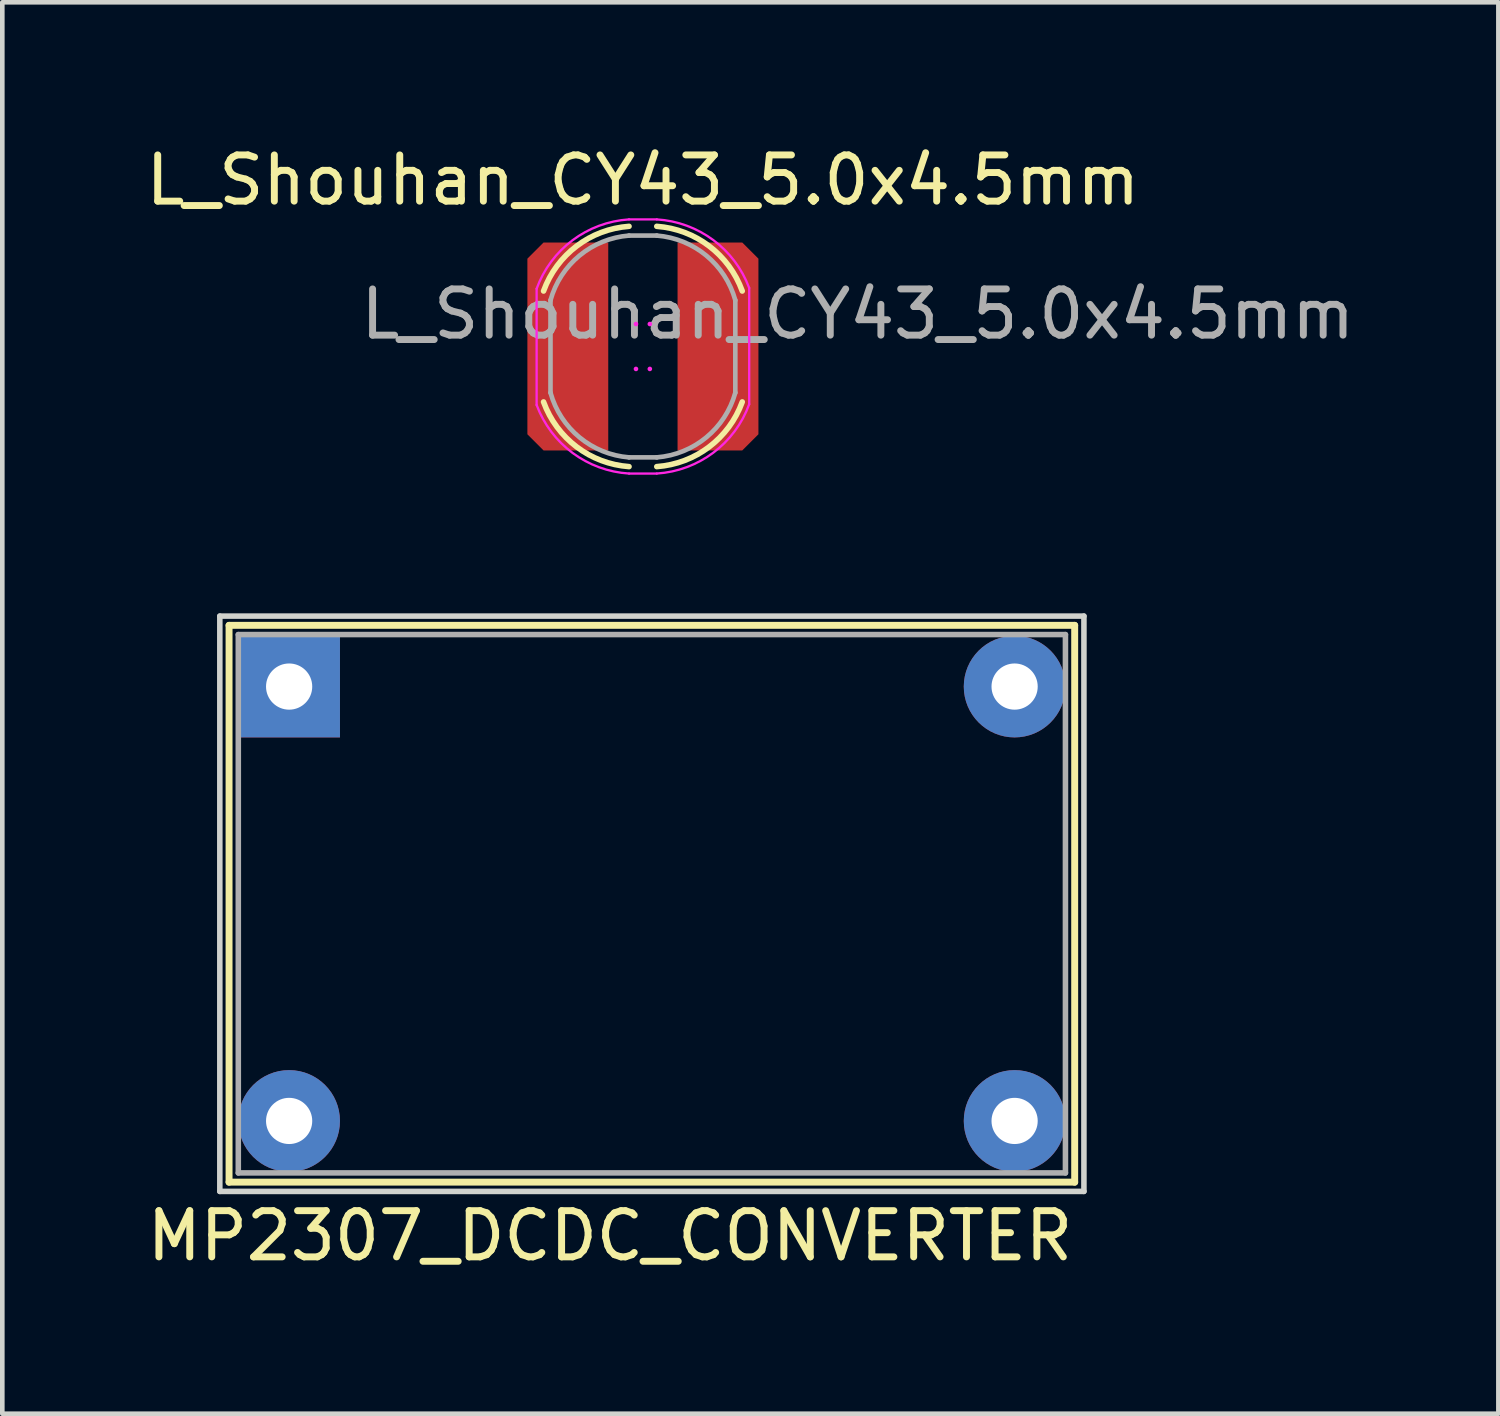
<source format=kicad_pcb>
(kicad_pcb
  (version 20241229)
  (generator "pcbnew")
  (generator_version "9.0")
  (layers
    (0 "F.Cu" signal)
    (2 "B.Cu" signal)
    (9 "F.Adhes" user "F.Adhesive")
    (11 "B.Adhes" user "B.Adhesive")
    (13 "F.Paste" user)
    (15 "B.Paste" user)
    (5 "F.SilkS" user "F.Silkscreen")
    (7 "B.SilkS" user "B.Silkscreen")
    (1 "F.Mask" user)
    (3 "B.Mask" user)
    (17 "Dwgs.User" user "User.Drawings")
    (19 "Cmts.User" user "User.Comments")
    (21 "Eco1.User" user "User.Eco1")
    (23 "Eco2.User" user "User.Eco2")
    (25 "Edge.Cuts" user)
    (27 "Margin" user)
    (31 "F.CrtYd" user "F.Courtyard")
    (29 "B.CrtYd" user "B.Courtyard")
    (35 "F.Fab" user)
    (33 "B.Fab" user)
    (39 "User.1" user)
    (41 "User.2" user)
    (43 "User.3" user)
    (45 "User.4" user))
  (footprint "L_Shouhan_CY43_5.0x4.5mm"
    (layer "F.Cu")
    (at 10.863 4.448)
    (property "Reference" "L_Shouhan_CY43_5.0x4.5mm" (at 0 -3.6 0) (layer "F.SilkS") (effects (font (size 1 1) (thickness 0.15))))
    (attr smd)
    (fp_arc (start -2.15 -1.2) (mid -1.432349 -2.173997) (end -0.3 -2.6) (stroke (width 0.12) (type solid)) (layer "F.SilkS"))
    (fp_arc (start -0.3 2.6) (mid -1.43235 2.173998) (end -2.15 1.2) (stroke (width 0.12) (type solid)) (layer "F.SilkS"))
    (fp_arc (start 0.3 -2.6) (mid 1.432241 -2.173855) (end 2.15 -1.2) (stroke (width 0.12) (type solid)) (layer "F.SilkS"))
    (fp_arc (start 2.15 1.2) (mid 1.432349 2.173997) (end 0.3 2.6) (stroke (width 0.12) (type solid)) (layer "F.SilkS"))
    (fp_line (start -2.3 -1.25) (end -2.3 1.266) (stroke (width 0.05) (type solid)) (layer "F.CrtYd"))
    (fp_line (start -0.3 -2.75) (end 0.3 -2.75) (stroke (width 0.05) (type solid)) (layer "F.CrtYd"))
    (fp_line (start -0.3 2.75) (end 0.3 2.75) (stroke (width 0.05) (type solid)) (layer "F.CrtYd"))
    (fp_line (start 2.3 -1.266) (end 2.3 1.25) (stroke (width 0.05) (type solid)) (layer "F.CrtYd"))
    (fp_arc (start -2.3 -1.25) (mid -1.523585 -2.298113) (end -0.3 -2.75) (stroke (width 0.05) (type solid)) (layer "F.CrtYd"))
    (fp_arc (start -0.3 2.75) (mid -1.520122 2.304758) (end -2.3 1.26614) (stroke (width 0.05) (type solid)) (layer "F.CrtYd"))
    (fp_arc (start 0.3 -2.75) (mid 1.520122 -2.304758) (end 2.3 -1.26614) (stroke (width 0.05) (type solid)) (layer "F.CrtYd"))
    (fp_arc (start 2.3 1.25) (mid 1.523585 2.298113) (end 0.3 2.75) (stroke (width 0.05) (type solid)) (layer "F.CrtYd"))
    (fp_circle (center -0.15 -0.486) (end -0.15 -0.486) (stroke (width 0.05) (type solid)) (fill no) (layer "F.CrtYd"))
    (fp_circle (center -0.15 0.486) (end -0.15 0.486) (stroke (width 0.05) (type solid)) (fill no) (layer "F.CrtYd"))
    (fp_circle (center 0.15 -0.486) (end 0.15 -0.486) (stroke (width 0.05) (type solid)) (fill no) (layer "F.CrtYd"))
    (fp_circle (center 0.15 0.486) (end 0.15 0.486) (stroke (width 0.05) (type solid)) (fill no) (layer "F.CrtYd"))
    (fp_line (start -2 1) (end -2 -1) (stroke (width 0.1) (type solid)) (layer "F.Fab"))
    (fp_line (start -0.3 -2.4) (end 0.3 -2.4) (stroke (width 0.1) (type solid)) (layer "F.Fab"))
    (fp_line (start -0.3 2.4) (end 0.3 2.4) (stroke (width 0.1) (type solid)) (layer "F.Fab"))
    (fp_line (start 2 -1) (end 2 1) (stroke (width 0.1) (type solid)) (layer "F.Fab"))
    (fp_arc (start -2 -1) (mid -1.370709 -1.968004) (end -0.3 -2.4) (stroke (width 0.1) (type solid)) (layer "F.Fab"))
    (fp_arc (start -0.3 2.4) (mid -1.370709 1.968004) (end -2 1) (stroke (width 0.1) (type solid)) (layer "F.Fab"))
    (fp_arc (start 0.3 -2.4) (mid 1.370709 -1.968004) (end 2 -1) (stroke (width 0.1) (type solid)) (layer "F.Fab"))
    (fp_arc (start 2 1) (mid 1.370709 1.968004) (end 0.3 2.4) (stroke (width 0.1) (type solid)) (layer "F.Fab"))
    (fp_text user "${REFERENCE}" (at 4.65 -0.7 0) (layer "F.Fab") (effects (font (size 1 1) (thickness 0.15))))
    (pad "1" smd roundrect (at -1.625 0) (size 1.75 4.5) (layers "F.Cu" "F.Mask" "F.Paste") (roundrect_rratio 0) (chamfer_ratio 0.2) (chamfer top_left bottom_left))
    (pad "2" smd roundrect (at 1.625 0) (size 1.75 4.5) (layers "F.Cu" "F.Mask" "F.Paste") (roundrect_rratio 0) (chamfer_ratio 0.2) (chamfer top_right bottom_right)))
  (footprint "MP2307_DCDC_CONVERTER"
    (layer "F.Cu")
    (at 3.207 11.808)
    (property "Reference" "MP2307_DCDC_CONVERTER" (at 17.043 11.887 0) (unlocked yes) (layer "F.SilkS") (effects (font (size 1 1) (thickness 0.15)) (justify right)))
    (attr through_hole)
    (fp_line (start -1.3 -1.325) (end 17 -1.325) (stroke (width 0.15) (type solid)) (layer "F.SilkS"))
    (fp_line (start -1.3 10.725) (end -1.3 -1.325) (stroke (width 0.15) (type solid)) (layer "F.SilkS"))
    (fp_line (start 17 -1.325) (end 17 10.725) (stroke (width 0.15) (type solid)) (layer "F.SilkS"))
    (fp_line (start 17 10.725) (end -1.3 10.725) (stroke (width 0.15) (type solid)) (layer "F.SilkS"))
    (fp_line (start -1.5 -1.525) (end 17.2 -1.525) (stroke (width 0.12) (type solid)) (layer "Edge.Cuts"))
    (fp_line (start -1.5 10.925) (end -1.5 -1.525) (stroke (width 0.12) (type solid)) (layer "Edge.Cuts"))
    (fp_line (start 17.2 -1.525) (end 17.2 10.925) (stroke (width 0.12) (type solid)) (layer "Edge.Cuts"))
    (fp_line (start 17.2 10.925) (end -1.5 10.925) (stroke (width 0.12) (type solid)) (layer "Edge.Cuts"))
    (fp_line (start -1.1 -1.125) (end 16.8 -1.125) (stroke (width 0.12) (type solid)) (layer "F.Fab"))
    (fp_line (start -1.1 10.525) (end -1.1 -1.125) (stroke (width 0.12) (type solid)) (layer "F.Fab"))
    (fp_line (start 16.8 -1.125) (end 16.8 10.525) (stroke (width 0.12) (type solid)) (layer "F.Fab"))
    (fp_line (start 16.8 10.525) (end -1.1 10.525) (stroke (width 0.12) (type solid)) (layer "F.Fab"))
    (pad "1" thru_hole rect (at 0 0) (size 2.2 2.2) (drill 1) (layers "*.Cu" "*.Mask"))
    (pad "2" thru_hole circle (at 0 9.4) (size 2.2 2.2) (drill 1) (layers "*.Cu" "*.Mask"))
    (pad "3" thru_hole circle (at 15.7 0) (size 2.2 2.2) (drill 1) (layers "*.Cu" "*.Mask"))
    (pad "4" thru_hole circle (at 15.7 9.4) (size 2.2 2.2) (drill 1) (layers "*.Cu" "*.Mask")))
  (gr_rect
    (start -3 -3)
    (end 29.376 27.544)
    (stroke (width 0.1) (type default))
    (fill no)
    (layer "Edge.Cuts")))
</source>
